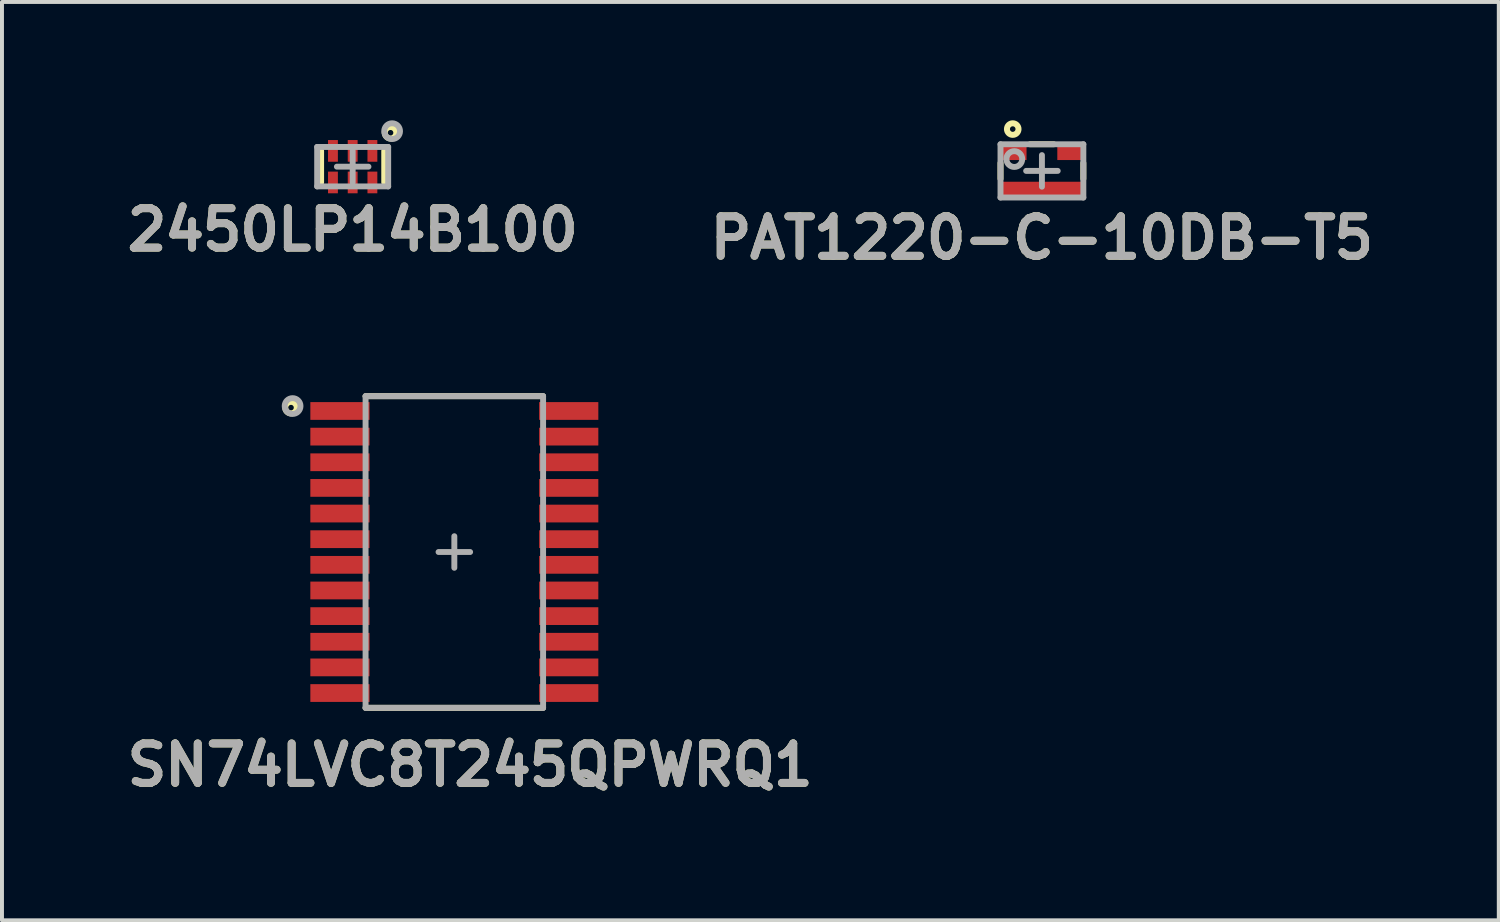
<source format=kicad_pcb>
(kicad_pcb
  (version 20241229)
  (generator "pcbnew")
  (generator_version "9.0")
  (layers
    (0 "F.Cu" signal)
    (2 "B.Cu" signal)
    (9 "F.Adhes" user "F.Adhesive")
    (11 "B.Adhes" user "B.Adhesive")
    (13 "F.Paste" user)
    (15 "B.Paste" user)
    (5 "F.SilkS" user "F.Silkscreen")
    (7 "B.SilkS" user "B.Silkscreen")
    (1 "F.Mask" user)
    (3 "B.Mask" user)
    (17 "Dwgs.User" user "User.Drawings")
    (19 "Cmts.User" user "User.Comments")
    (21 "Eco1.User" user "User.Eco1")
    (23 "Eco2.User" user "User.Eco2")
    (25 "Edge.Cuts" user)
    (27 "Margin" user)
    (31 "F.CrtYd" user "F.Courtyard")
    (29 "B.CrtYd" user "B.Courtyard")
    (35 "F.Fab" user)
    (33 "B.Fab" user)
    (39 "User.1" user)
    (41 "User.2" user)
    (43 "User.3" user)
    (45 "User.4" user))
  (footprint "PAT1220-C-10DB-T5"
    (layer "F.Cu")
    (at 23.362 1.282)
    (property "Reference" "PAT1220-C-10DB-T5" (at 0 1.7 0) (layer "F.SilkS") (effects (font (size 1 1) (thickness 0.2))))
    (attr through_hole)
    (fp_line (start -1.05 0.2) (end -1.05 -0.2) (stroke (width 0.15) (type solid)) (layer "F.SilkS"))
    (fp_line (start -0.3 -0.675) (end 0.3 -0.675) (stroke (width 0.15) (type solid)) (layer "F.SilkS"))
    (fp_line (start 1.05 0.2) (end 1.05 -0.2) (stroke (width 0.15) (type solid)) (layer "F.SilkS"))
    (fp_circle (center -0.74 -1.06) (end -0.633 -0.96) (stroke (width 0.152) (type solid)) (fill no) (layer "F.SilkS"))
    (fp_line (start -1.05 -0.675) (end -1.05 0.675) (stroke (width 0.15) (type solid)) (layer "F.Fab"))
    (fp_line (start -0.4 0) (end 0.4 0) (stroke (width 0.15) (type solid)) (layer "F.Fab"))
    (fp_line (start 0 -0.4) (end 0 0.4) (stroke (width 0.15) (type solid)) (layer "F.Fab"))
    (fp_line (start 1.05 -0.675) (end -1.05 -0.675) (stroke (width 0.15) (type solid)) (layer "F.Fab"))
    (fp_line (start 1.05 -0.675) (end 1.05 0.675) (stroke (width 0.15) (type solid)) (layer "F.Fab"))
    (fp_line (start 1.05 0.675) (end -1.05 0.675) (stroke (width 0.15) (type solid)) (layer "F.Fab"))
    (fp_circle (center -0.7 -0.3) (end -0.5 -0.3) (stroke (width 0.15) (type solid)) (fill no) (layer "F.Fab"))
    (fp_text user "${REFERENCE}" (at 0 1.7 0) (layer "F.Fab") (effects (font (size 1 1) (thickness 0.2))))
    (pad "1" smd rect (at -0.74 -0.475) (size 0.7 0.4) (layers "F.Cu" "F.Mask" "F.Paste"))
    (pad "2" smd rect (at 0.74 -0.475) (size 0.7 0.4) (layers "F.Cu" "F.Mask" "F.Paste"))
    (pad "3" smd rect (at 0 0.475) (size 2.1 0.4) (layers "F.Cu" "F.Mask" "F.Paste")))
  (footprint "2450LP14B100"
    (layer "F.Cu")
    (at 5.89 1.175)
    (property "Reference" "2450LP14B100" (at 0 1.6 0) (layer "F.SilkS") (effects (font (size 1 1) (thickness 0.2))))
    (attr through_hole)
    (fp_line (start -0.8 0.4) (end -0.8 -0.4) (stroke (width 0.15) (type solid)) (layer "F.SilkS"))
    (fp_line (start 0.8 0.4) (end 0.8 -0.4) (stroke (width 0.15) (type solid)) (layer "F.SilkS"))
    (fp_circle (center 0.96 -0.86) (end 1.067 -0.76) (stroke (width 0.152) (type solid)) (fill no) (layer "F.SilkS"))
    (fp_line (start -0.9 -0.5) (end -0.9 0.5) (stroke (width 0.15) (type solid)) (layer "F.Fab"))
    (fp_line (start -0.4 0) (end 0.4 0) (stroke (width 0.15) (type solid)) (layer "F.Fab"))
    (fp_line (start 0 -0.4) (end 0 0.4) (stroke (width 0.15) (type solid)) (layer "F.Fab"))
    (fp_line (start 0.9 -0.5) (end -0.9 -0.5) (stroke (width 0.15) (type solid)) (layer "F.Fab"))
    (fp_line (start 0.9 -0.5) (end 0.9 0.5) (stroke (width 0.15) (type solid)) (layer "F.Fab"))
    (fp_line (start 0.9 0.5) (end -0.9 0.5) (stroke (width 0.15) (type solid)) (layer "F.Fab"))
    (fp_circle (center 1 -0.9) (end 1.2 -0.9) (stroke (width 0.15) (type solid)) (fill no) (layer "F.Fab"))
    (fp_text user "${REFERENCE}" (at 0 1.6 0) (layer "F.Fab") (effects (font (size 1 1) (thickness 0.2))))
    (pad "1" smd rect (at 0.5 -0.4) (size 0.25 0.55) (layers "F.Cu" "F.Mask" "F.Paste"))
    (pad "2" smd rect (at 0 -0.4) (size 0.25 0.55) (layers "F.Cu" "F.Mask" "F.Paste"))
    (pad "3" smd rect (at -0.5 -0.4) (size 0.25 0.55) (layers "F.Cu" "F.Mask" "F.Paste"))
    (pad "4" smd rect (at -0.5 0.4) (size 0.25 0.55) (layers "F.Cu" "F.Mask" "F.Paste"))
    (pad "5" smd rect (at 0 0.4) (size 0.25 0.55) (layers "F.Cu" "F.Mask" "F.Paste"))
    (pad "6" smd rect (at 0.5 0.4) (size 0.25 0.55) (layers "F.Cu" "F.Mask" "F.Paste")))
  (footprint "SN74LVC8T245QPWRQ1"
    (layer "F.Cu")
    (at 8.467 10.943)
    (property "Reference" "SN74LVC8T245QPWRQ1" (at 0.4 5.4 0) (layer "F.SilkS") (effects (font (size 1 1) (thickness 0.2))))
    (attr through_hole)
    (fp_line (start -2.25 -3.95) (end 2.25 -3.95) (stroke (width 0.15) (type solid)) (layer "F.SilkS"))
    (fp_line (start -2.25 3.95) (end 2.25 3.95) (stroke (width 0.15) (type solid)) (layer "F.SilkS"))
    (fp_circle (center -4.14 -3.66) (end -4.033 -3.56) (stroke (width 0.152) (type solid)) (fill no) (layer "F.SilkS"))
    (fp_line (start -2.25 -3.95) (end -2.25 3.95) (stroke (width 0.15) (type solid)) (layer "F.Fab"))
    (fp_line (start -2.25 -3.95) (end 2.25 -3.95) (stroke (width 0.15) (type solid)) (layer "F.Fab"))
    (fp_line (start -2.25 3.95) (end 2.25 3.95) (stroke (width 0.15) (type solid)) (layer "F.Fab"))
    (fp_line (start -0.4 0) (end 0.4 0) (stroke (width 0.15) (type solid)) (layer "F.Fab"))
    (fp_line (start 0 -0.4) (end 0 0.4) (stroke (width 0.15) (type solid)) (layer "F.Fab"))
    (fp_line (start 2.25 -3.95) (end 2.25 3.95) (stroke (width 0.15) (type solid)) (layer "F.Fab"))
    (fp_circle (center -4.1 -3.7) (end -3.9 -3.7) (stroke (width 0.15) (type solid)) (fill no) (layer "F.Fab"))
    (fp_text user "${REFERENCE}" (at 0.4 5.4 0) (layer "F.Fab") (effects (font (size 1 1) (thickness 0.2))))
    (pad "1" smd rect (at -2.9 -3.575) (size 1.5 0.45) (layers "F.Cu" "F.Mask" "F.Paste"))
    (pad "2" smd rect (at -2.9 -2.925) (size 1.5 0.45) (layers "F.Cu" "F.Mask" "F.Paste"))
    (pad "3" smd rect (at -2.9 -2.275) (size 1.5 0.45) (layers "F.Cu" "F.Mask" "F.Paste"))
    (pad "4" smd rect (at -2.9 -1.625) (size 1.5 0.45) (layers "F.Cu" "F.Mask" "F.Paste"))
    (pad "5" smd rect (at -2.9 -0.975) (size 1.5 0.45) (layers "F.Cu" "F.Mask" "F.Paste"))
    (pad "6" smd rect (at -2.9 -0.325) (size 1.5 0.45) (layers "F.Cu" "F.Mask" "F.Paste"))
    (pad "7" smd rect (at -2.9 0.325) (size 1.5 0.45) (layers "F.Cu" "F.Mask" "F.Paste"))
    (pad "8" smd rect (at -2.9 0.975) (size 1.5 0.45) (layers "F.Cu" "F.Mask" "F.Paste"))
    (pad "9" smd rect (at -2.9 1.625) (size 1.5 0.45) (layers "F.Cu" "F.Mask" "F.Paste"))
    (pad "10" smd rect (at -2.9 2.275) (size 1.5 0.45) (layers "F.Cu" "F.Mask" "F.Paste"))
    (pad "11" smd rect (at -2.9 2.925) (size 1.5 0.45) (layers "F.Cu" "F.Mask" "F.Paste"))
    (pad "12" smd rect (at -2.9 3.575) (size 1.5 0.45) (layers "F.Cu" "F.Mask" "F.Paste"))
    (pad "13" smd rect (at 2.9 3.575) (size 1.5 0.45) (layers "F.Cu" "F.Mask" "F.Paste"))
    (pad "14" smd rect (at 2.9 2.925) (size 1.5 0.45) (layers "F.Cu" "F.Mask" "F.Paste"))
    (pad "15" smd rect (at 2.9 2.275) (size 1.5 0.45) (layers "F.Cu" "F.Mask" "F.Paste"))
    (pad "16" smd rect (at 2.9 1.625) (size 1.5 0.45) (layers "F.Cu" "F.Mask" "F.Paste"))
    (pad "17" smd rect (at 2.9 0.975) (size 1.5 0.45) (layers "F.Cu" "F.Mask" "F.Paste"))
    (pad "18" smd rect (at 2.9 0.325) (size 1.5 0.45) (layers "F.Cu" "F.Mask" "F.Paste"))
    (pad "19" smd rect (at 2.9 -0.325) (size 1.5 0.45) (layers "F.Cu" "F.Mask" "F.Paste"))
    (pad "20" smd rect (at 2.9 -0.975) (size 1.5 0.45) (layers "F.Cu" "F.Mask" "F.Paste"))
    (pad "21" smd rect (at 2.9 -1.625) (size 1.5 0.45) (layers "F.Cu" "F.Mask" "F.Paste"))
    (pad "22" smd rect (at 2.9 -2.275) (size 1.5 0.45) (layers "F.Cu" "F.Mask" "F.Paste"))
    (pad "23" smd rect (at 2.9 -2.925) (size 1.5 0.45) (layers "F.Cu" "F.Mask" "F.Paste"))
    (pad "24" smd rect (at 2.9 -3.575) (size 1.5 0.45) (layers "F.Cu" "F.Mask" "F.Paste")))
  (gr_rect
    (start -3 -3)
    (end 34.943 20.279)
    (stroke (width 0.1) (type default))
    (fill no)
    (layer "Edge.Cuts")))
</source>
